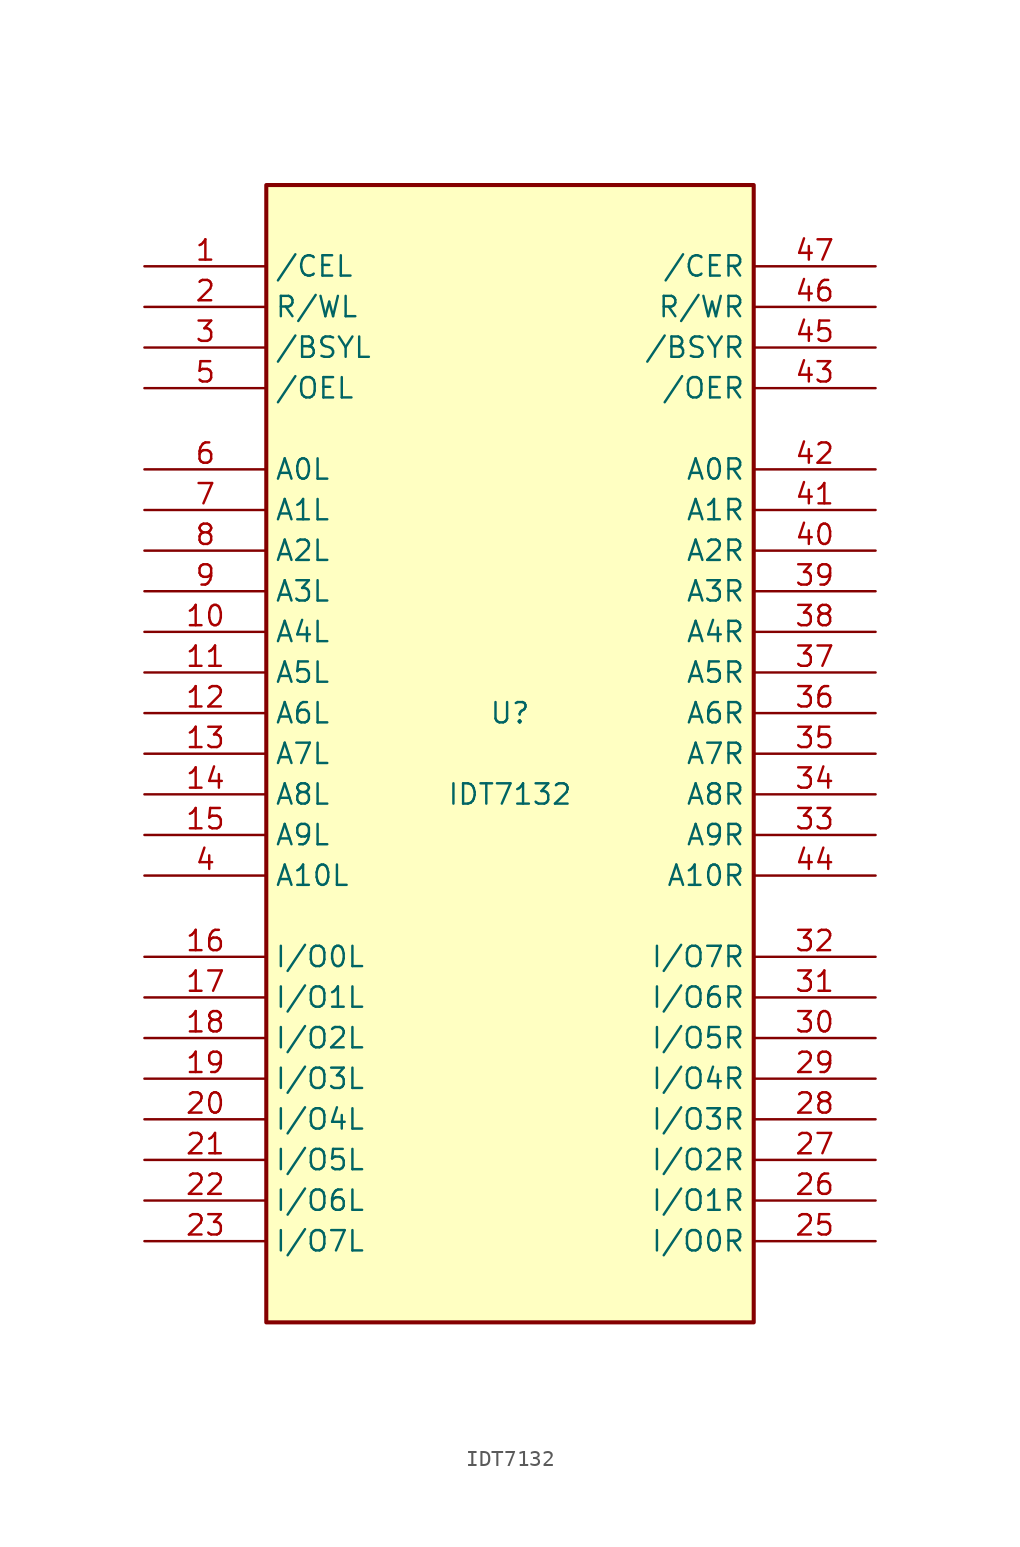
<source format=kicad_sym>
(kicad_symbol_lib
  (version 20211014)
  (generator kicad_symbol_editor)
  (symbol "IDT7132"
    (property "Reference" "U"
      (at 0 2.54 0)
      (effects (font (size 1.27 1.27))))
    (property "Value" "IDT7132"
      (at 0 -2.54 0)
      (effects (font (size 1.27 1.27))))
    (symbol "IDT7132_0_1"
      (rectangle (start -15.24 -35.56) (end 15.24 35.56) (stroke (width 0.254) (type default) (color 0 0 0 0)) (fill (type background))))
    (symbol "IDT7132_1_1"
      (pin input line (at -22.86 30.48 0) (length 7.62) (name "/CEL" (effects (font (size 1.27 1.27)))) (number "1" (effects (font (size 1.27 1.27)))))
      (pin input line (at -22.86 7.62 0) (length 7.62) (name "A4L" (effects (font (size 1.27 1.27)))) (number "10" (effects (font (size 1.27 1.27)))))
      (pin input line (at -22.86 5.08 0) (length 7.62) (name "A5L" (effects (font (size 1.27 1.27)))) (number "11" (effects (font (size 1.27 1.27)))))
      (pin input line (at -22.86 2.54 0) (length 7.62) (name "A6L" (effects (font (size 1.27 1.27)))) (number "12" (effects (font (size 1.27 1.27)))))
      (pin input line (at -22.86 0 0) (length 7.62) (name "A7L" (effects (font (size 1.27 1.27)))) (number "13" (effects (font (size 1.27 1.27)))))
      (pin input line (at -22.86 -2.54 0) (length 7.62) (name "A8L" (effects (font (size 1.27 1.27)))) (number "14" (effects (font (size 1.27 1.27)))))
      (pin input line (at -22.86 -5.08 0) (length 7.62) (name "A9L" (effects (font (size 1.27 1.27)))) (number "15" (effects (font (size 1.27 1.27)))))
      (pin input line (at -22.86 -12.7 0) (length 7.62) (name "I/O0L" (effects (font (size 1.27 1.27)))) (number "16" (effects (font (size 1.27 1.27)))))
      (pin input line (at -22.86 -15.24 0) (length 7.62) (name "I/O1L" (effects (font (size 1.27 1.27)))) (number "17" (effects (font (size 1.27 1.27)))))
      (pin input line (at -22.86 -17.78 0) (length 7.62) (name "I/O2L" (effects (font (size 1.27 1.27)))) (number "18" (effects (font (size 1.27 1.27)))))
      (pin input line (at -22.86 -20.32 0) (length 7.62) (name "I/O3L" (effects (font (size 1.27 1.27)))) (number "19" (effects (font (size 1.27 1.27)))))
      (pin input line (at -22.86 27.94 0) (length 7.62) (name "R/WL" (effects (font (size 1.27 1.27)))) (number "2" (effects (font (size 1.27 1.27)))))
      (pin input line (at -22.86 -22.86 0) (length 7.62) (name "I/O4L" (effects (font (size 1.27 1.27)))) (number "20" (effects (font (size 1.27 1.27)))))
      (pin input line (at -22.86 -25.4 0) (length 7.62) (name "I/O5L" (effects (font (size 1.27 1.27)))) (number "21" (effects (font (size 1.27 1.27)))))
      (pin input line (at -22.86 -27.94 0) (length 7.62) (name "I/O6L" (effects (font (size 1.27 1.27)))) (number "22" (effects (font (size 1.27 1.27)))))
      (pin input line (at -22.86 -30.48 0) (length 7.62) (name "I/O7L" (effects (font (size 1.27 1.27)))) (number "23" (effects (font (size 1.27 1.27)))))
      (pin power_in line (at 0 -35.56 90) (length 0) hide (name "GND" (effects (font (size 1.27 1.27)))) (number "24" (effects (font (size 1.27 1.27)))))
      (pin input line (at 22.86 -30.48 180) (length 7.62) (name "I/O0R" (effects (font (size 1.27 1.27)))) (number "25" (effects (font (size 1.27 1.27)))))
      (pin input line (at 22.86 -27.94 180) (length 7.62) (name "I/O1R" (effects (font (size 1.27 1.27)))) (number "26" (effects (font (size 1.27 1.27)))))
      (pin input line (at 22.86 -25.4 180) (length 7.62) (name "I/O2R" (effects (font (size 1.27 1.27)))) (number "27" (effects (font (size 1.27 1.27)))))
      (pin input line (at 22.86 -22.86 180) (length 7.62) (name "I/O3R" (effects (font (size 1.27 1.27)))) (number "28" (effects (font (size 1.27 1.27)))))
      (pin input line (at 22.86 -20.32 180) (length 7.62) (name "I/O4R" (effects (font (size 1.27 1.27)))) (number "29" (effects (font (size 1.27 1.27)))))
      (pin output line (at -22.86 25.4 0) (length 7.62) (name "/BSYL" (effects (font (size 1.27 1.27)))) (number "3" (effects (font (size 1.27 1.27)))))
      (pin input line (at 22.86 -17.78 180) (length 7.62) (name "I/O5R" (effects (font (size 1.27 1.27)))) (number "30" (effects (font (size 1.27 1.27)))))
      (pin input line (at 22.86 -15.24 180) (length 7.62) (name "I/O6R" (effects (font (size 1.27 1.27)))) (number "31" (effects (font (size 1.27 1.27)))))
      (pin input line (at 22.86 -12.7 180) (length 7.62) (name "I/O7R" (effects (font (size 1.27 1.27)))) (number "32" (effects (font (size 1.27 1.27)))))
      (pin input line (at 22.86 -5.08 180) (length 7.62) (name "A9R" (effects (font (size 1.27 1.27)))) (number "33" (effects (font (size 1.27 1.27)))))
      (pin input line (at 22.86 -2.54 180) (length 7.62) (name "A8R" (effects (font (size 1.27 1.27)))) (number "34" (effects (font (size 1.27 1.27)))))
      (pin input line (at 22.86 0 180) (length 7.62) (name "A7R" (effects (font (size 1.27 1.27)))) (number "35" (effects (font (size 1.27 1.27)))))
      (pin input line (at 22.86 2.54 180) (length 7.62) (name "A6R" (effects (font (size 1.27 1.27)))) (number "36" (effects (font (size 1.27 1.27)))))
      (pin input line (at 22.86 5.08 180) (length 7.62) (name "A5R" (effects (font (size 1.27 1.27)))) (number "37" (effects (font (size 1.27 1.27)))))
      (pin input line (at 22.86 7.62 180) (length 7.62) (name "A4R" (effects (font (size 1.27 1.27)))) (number "38" (effects (font (size 1.27 1.27)))))
      (pin input line (at 22.86 10.16 180) (length 7.62) (name "A3R" (effects (font (size 1.27 1.27)))) (number "39" (effects (font (size 1.27 1.27)))))
      (pin input line (at -22.86 -7.62 0) (length 7.62) (name "A10L" (effects (font (size 1.27 1.27)))) (number "4" (effects (font (size 1.27 1.27)))))
      (pin input line (at 22.86 12.7 180) (length 7.62) (name "A2R" (effects (font (size 1.27 1.27)))) (number "40" (effects (font (size 1.27 1.27)))))
      (pin input line (at 22.86 15.24 180) (length 7.62) (name "A1R" (effects (font (size 1.27 1.27)))) (number "41" (effects (font (size 1.27 1.27)))))
      (pin input line (at 22.86 17.78 180) (length 7.62) (name "A0R" (effects (font (size 1.27 1.27)))) (number "42" (effects (font (size 1.27 1.27)))))
      (pin input line (at 22.86 22.86 180) (length 7.62) (name "/OER" (effects (font (size 1.27 1.27)))) (number "43" (effects (font (size 1.27 1.27)))))
      (pin input line (at 22.86 -7.62 180) (length 7.62) (name "A10R" (effects (font (size 1.27 1.27)))) (number "44" (effects (font (size 1.27 1.27)))))
      (pin output line (at 22.86 25.4 180) (length 7.62) (name "/BSYR" (effects (font (size 1.27 1.27)))) (number "45" (effects (font (size 1.27 1.27)))))
      (pin input line (at 22.86 27.94 180) (length 7.62) (name "R/WR" (effects (font (size 1.27 1.27)))) (number "46" (effects (font (size 1.27 1.27)))))
      (pin input line (at 22.86 30.48 180) (length 7.62) (name "/CER" (effects (font (size 1.27 1.27)))) (number "47" (effects (font (size 1.27 1.27)))))
      (pin power_in line (at 0 35.56 90) (length 0) hide (name "VCC" (effects (font (size 1.27 1.27)))) (number "48" (effects (font (size 1.27 1.27)))))
      (pin input line (at -22.86 22.86 0) (length 7.62) (name "/OEL" (effects (font (size 1.27 1.27)))) (number "5" (effects (font (size 1.27 1.27)))))
      (pin input line (at -22.86 17.78 0) (length 7.62) (name "A0L" (effects (font (size 1.27 1.27)))) (number "6" (effects (font (size 1.27 1.27)))))
      (pin input line (at -22.86 15.24 0) (length 7.62) (name "A1L" (effects (font (size 1.27 1.27)))) (number "7" (effects (font (size 1.27 1.27)))))
      (pin input line (at -22.86 12.7 0) (length 7.62) (name "A2L" (effects (font (size 1.27 1.27)))) (number "8" (effects (font (size 1.27 1.27)))))
      (pin input line (at -22.86 10.16 0) (length 7.62) (name "A3L" (effects (font (size 1.27 1.27)))) (number "9" (effects (font (size 1.27 1.27))))))))
</source>
